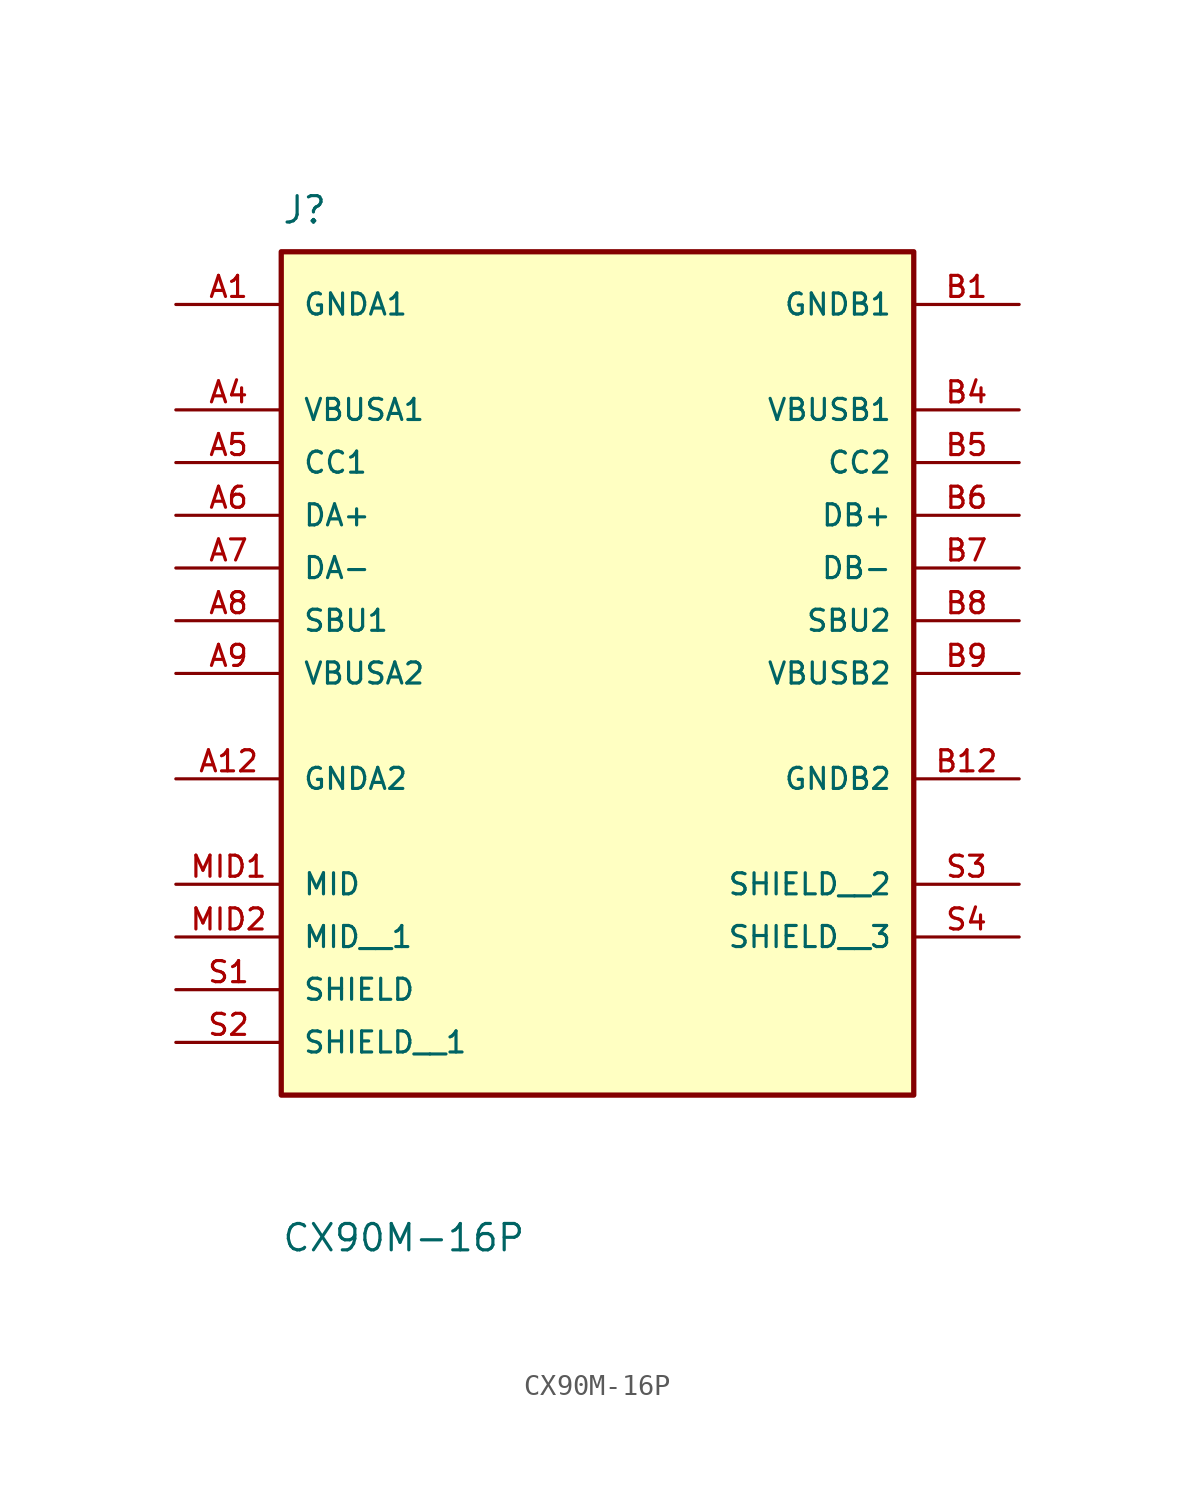
<source format=kicad_sym>
(kicad_symbol_lib
  (version 20241209)
  (generator "kicad_symbol_editor")
  (generator_version "9.0")
  (symbol "CX90M-16P"
    (pin_names
      (offset 1.016))
    (property "Reference" "J"
      (at -15.24 16.51 0)
      (effects (font (size 1.27 1.27)) (justify left bottom)))
    (property "Value" "CX90M-16P"
      (at -15.24 -33.02 0)
      (effects (font (size 1.27 1.27)) (justify left bottom)))
    (symbol "CX90M-16P_0_0"
      (rectangle (start -15.24 15.24) (end 15.24 -25.4) (stroke (width 0.254) (type default)) (fill (type background)))
      (pin power_in line (at -20.32 12.7 0) (length 5.08) (name "GNDA1" (effects (font (size 1.016 1.016)))) (number "A1" (effects (font (size 1.016 1.016)))))
      (pin power_in line (at -20.32 7.62 0) (length 5.08) (name "VBUSA1" (effects (font (size 1.016 1.016)))) (number "A4" (effects (font (size 1.016 1.016)))))
      (pin bidirectional line (at -20.32 5.08 0) (length 5.08) (name "CC1" (effects (font (size 1.016 1.016)))) (number "A5" (effects (font (size 1.016 1.016)))))
      (pin bidirectional line (at -20.32 2.54 0) (length 5.08) (name "DA+" (effects (font (size 1.016 1.016)))) (number "A6" (effects (font (size 1.016 1.016)))))
      (pin bidirectional line (at -20.32 0 0) (length 5.08) (name "DA-" (effects (font (size 1.016 1.016)))) (number "A7" (effects (font (size 1.016 1.016)))))
      (pin bidirectional line (at -20.32 -2.54 0) (length 5.08) (name "SBU1" (effects (font (size 1.016 1.016)))) (number "A8" (effects (font (size 1.016 1.016)))))
      (pin power_in line (at -20.32 -5.08 0) (length 5.08) (name "VBUSA2" (effects (font (size 1.016 1.016)))) (number "A9" (effects (font (size 1.016 1.016)))))
      (pin power_in line (at -20.32 -10.16 0) (length 5.08) (name "GNDA2" (effects (font (size 1.016 1.016)))) (number "A12" (effects (font (size 1.016 1.016)))))
      (pin passive line (at -20.32 -15.24 0) (length 5.08) (name "MID" (effects (font (size 1.016 1.016)))) (number "MID1" (effects (font (size 1.016 1.016)))))
      (pin passive line (at -20.32 -17.78 0) (length 5.08) (name "MID__1" (effects (font (size 1.016 1.016)))) (number "MID2" (effects (font (size 1.016 1.016)))))
      (pin passive line (at -20.32 -20.32 0) (length 5.08) (name "SHIELD" (effects (font (size 1.016 1.016)))) (number "S1" (effects (font (size 1.016 1.016)))))
      (pin passive line (at -20.32 -22.86 0) (length 5.08) (name "SHIELD__1" (effects (font (size 1.016 1.016)))) (number "S2" (effects (font (size 1.016 1.016)))))
      (pin power_in line (at 20.32 12.7 180) (length 5.08) (name "GNDB1" (effects (font (size 1.016 1.016)))) (number "B1" (effects (font (size 1.016 1.016)))))
      (pin power_in line (at 20.32 7.62 180) (length 5.08) (name "VBUSB1" (effects (font (size 1.016 1.016)))) (number "B4" (effects (font (size 1.016 1.016)))))
      (pin bidirectional line (at 20.32 5.08 180) (length 5.08) (name "CC2" (effects (font (size 1.016 1.016)))) (number "B5" (effects (font (size 1.016 1.016)))))
      (pin bidirectional line (at 20.32 2.54 180) (length 5.08) (name "DB+" (effects (font (size 1.016 1.016)))) (number "B6" (effects (font (size 1.016 1.016)))))
      (pin bidirectional line (at 20.32 0 180) (length 5.08) (name "DB-" (effects (font (size 1.016 1.016)))) (number "B7" (effects (font (size 1.016 1.016)))))
      (pin bidirectional line (at 20.32 -2.54 180) (length 5.08) (name "SBU2" (effects (font (size 1.016 1.016)))) (number "B8" (effects (font (size 1.016 1.016)))))
      (pin power_in line (at 20.32 -5.08 180) (length 5.08) (name "VBUSB2" (effects (font (size 1.016 1.016)))) (number "B9" (effects (font (size 1.016 1.016)))))
      (pin power_in line (at 20.32 -10.16 180) (length 5.08) (name "GNDB2" (effects (font (size 1.016 1.016)))) (number "B12" (effects (font (size 1.016 1.016)))))
      (pin passive line (at 20.32 -15.24 180) (length 5.08) (name "SHIELD__2" (effects (font (size 1.016 1.016)))) (number "S3" (effects (font (size 1.016 1.016)))))
      (pin passive line (at 20.32 -17.78 180) (length 5.08) (name "SHIELD__3" (effects (font (size 1.016 1.016)))) (number "S4" (effects (font (size 1.016 1.016))))))))
</source>
